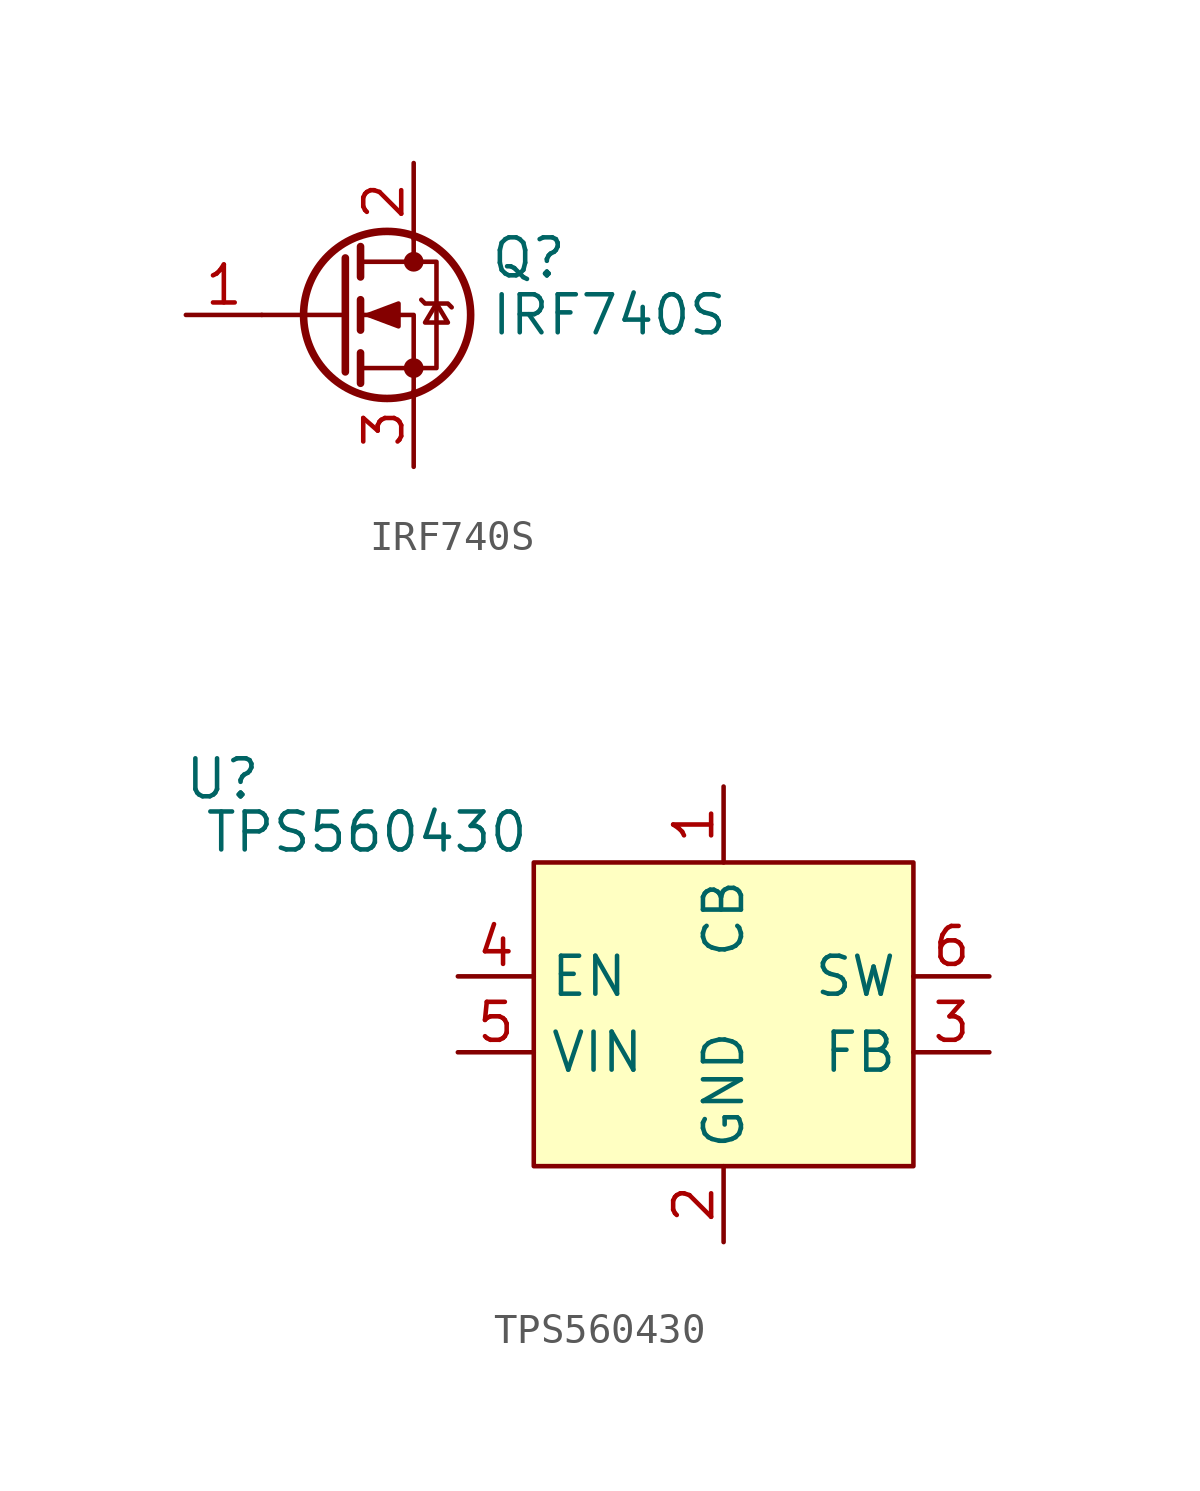
<source format=kicad_sym>
(kicad_symbol_lib
  (version 20241209)
  (generator "kicad_symbol_editor")
  (generator_version "9.0")
  (symbol "IRF740S"
    (pin_names
      (hide yes))
    (property "Reference" "Q"
      (at 5.08 1.905 0)
      (effects (font (size 1.27 1.27)) (justify left)))
    (property "Value" "IRF740S"
      (at 5.08 0 0)
      (effects (font (size 1.27 1.27)) (justify left)))
    (symbol "IRF740S_0_1"
      (polyline (pts (xy 0.254 1.905) (xy 0.254 -1.905)) (stroke (width 0.254) (type default)) (fill (type none)))
      (polyline (pts (xy 0.254 0) (xy -2.54 0)) (stroke (width 0) (type default)) (fill (type none)))
      (polyline (pts (xy 0.762 2.286) (xy 0.762 1.27)) (stroke (width 0.254) (type default)) (fill (type none)))
      (polyline (pts (xy 0.762 0.508) (xy 0.762 -0.508)) (stroke (width 0.254) (type default)) (fill (type none)))
      (polyline (pts (xy 0.762 -1.27) (xy 0.762 -2.286)) (stroke (width 0.254) (type default)) (fill (type none)))
      (polyline (pts (xy 0.762 -1.778) (xy 3.302 -1.778) (xy 3.302 1.778) (xy 0.762 1.778)) (stroke (width 0) (type default)) (fill (type none)))
      (polyline (pts (xy 1.016 0) (xy 2.032 0.381) (xy 2.032 -0.381) (xy 1.016 0)) (stroke (width 0) (type default)) (fill (type outline)))
      (circle (center 1.651 0) (radius 2.794) (stroke (width 0.254) (type default)) (fill (type none)))
      (polyline (pts (xy 2.54 2.54) (xy 2.54 1.778)) (stroke (width 0) (type default)) (fill (type none)))
      (circle (center 2.54 1.778) (radius 0.254) (stroke (width 0) (type default)) (fill (type outline)))
      (circle (center 2.54 -1.778) (radius 0.254) (stroke (width 0) (type default)) (fill (type outline)))
      (polyline (pts (xy 2.54 -2.54) (xy 2.54 0) (xy 0.762 0)) (stroke (width 0) (type default)) (fill (type none)))
      (polyline (pts (xy 2.794 0.508) (xy 2.921 0.381) (xy 3.683 0.381) (xy 3.81 0.254)) (stroke (width 0) (type default)) (fill (type none)))
      (polyline (pts (xy 3.302 0.381) (xy 2.921 -0.254) (xy 3.683 -0.254) (xy 3.302 0.381)) (stroke (width 0) (type default)) (fill (type none))))
    (symbol "IRF740S_1_1"
      (pin input line (at -5.08 0 0) (length 2.54) (name "G" (effects (font (size 1.27 1.27)))) (number "1" (effects (font (size 1.27 1.27)))))
      (pin passive line (at 2.54 5.08 270) (length 2.54) (name "D" (effects (font (size 1.27 1.27)))) (number "2" (effects (font (size 1.27 1.27)))))
      (pin passive line (at 2.54 -5.08 90) (length 2.54) (name "S" (effects (font (size 1.27 1.27)))) (number "3" (effects (font (size 1.27 1.27)))))))
  (symbol "TPS560430"
    (property "Reference" "U"
      (at -10.414 12.954 0)
      (effects (font (size 1.27 1.27))))
    (property "Value" "TPS560430"
      (at -5.588 11.176 0)
      (effects (font (size 1.27 1.27))))
    (symbol "TPS560430_1_1"
      (rectangle (start 0 10.16) (end 12.7 0) (stroke (width 0) (type solid)) (fill (type background)))
      (pin input line (at -2.54 6.35 0) (length 2.54) (name "EN" (effects (font (size 1.27 1.27)))) (number "4" (effects (font (size 1.27 1.27)))))
      (pin power_in line (at -2.54 3.81 0) (length 2.54) (name "VIN" (effects (font (size 1.27 1.27)))) (number "5" (effects (font (size 1.27 1.27)))))
      (pin input line (at 6.35 12.7 270) (length 2.54) (name "CB" (effects (font (size 1.27 1.27)))) (number "1" (effects (font (size 1.27 1.27)))))
      (pin power_in line (at 6.35 -2.54 90) (length 2.54) (name "GND" (effects (font (size 1.27 1.27)))) (number "2" (effects (font (size 1.27 1.27)))))
      (pin input line (at 15.24 6.35 180) (length 2.54) (name "SW" (effects (font (size 1.27 1.27)))) (number "6" (effects (font (size 1.27 1.27)))))
      (pin input line (at 15.24 3.81 180) (length 2.54) (name "FB" (effects (font (size 1.27 1.27)))) (number "3" (effects (font (size 1.27 1.27))))))))
</source>
